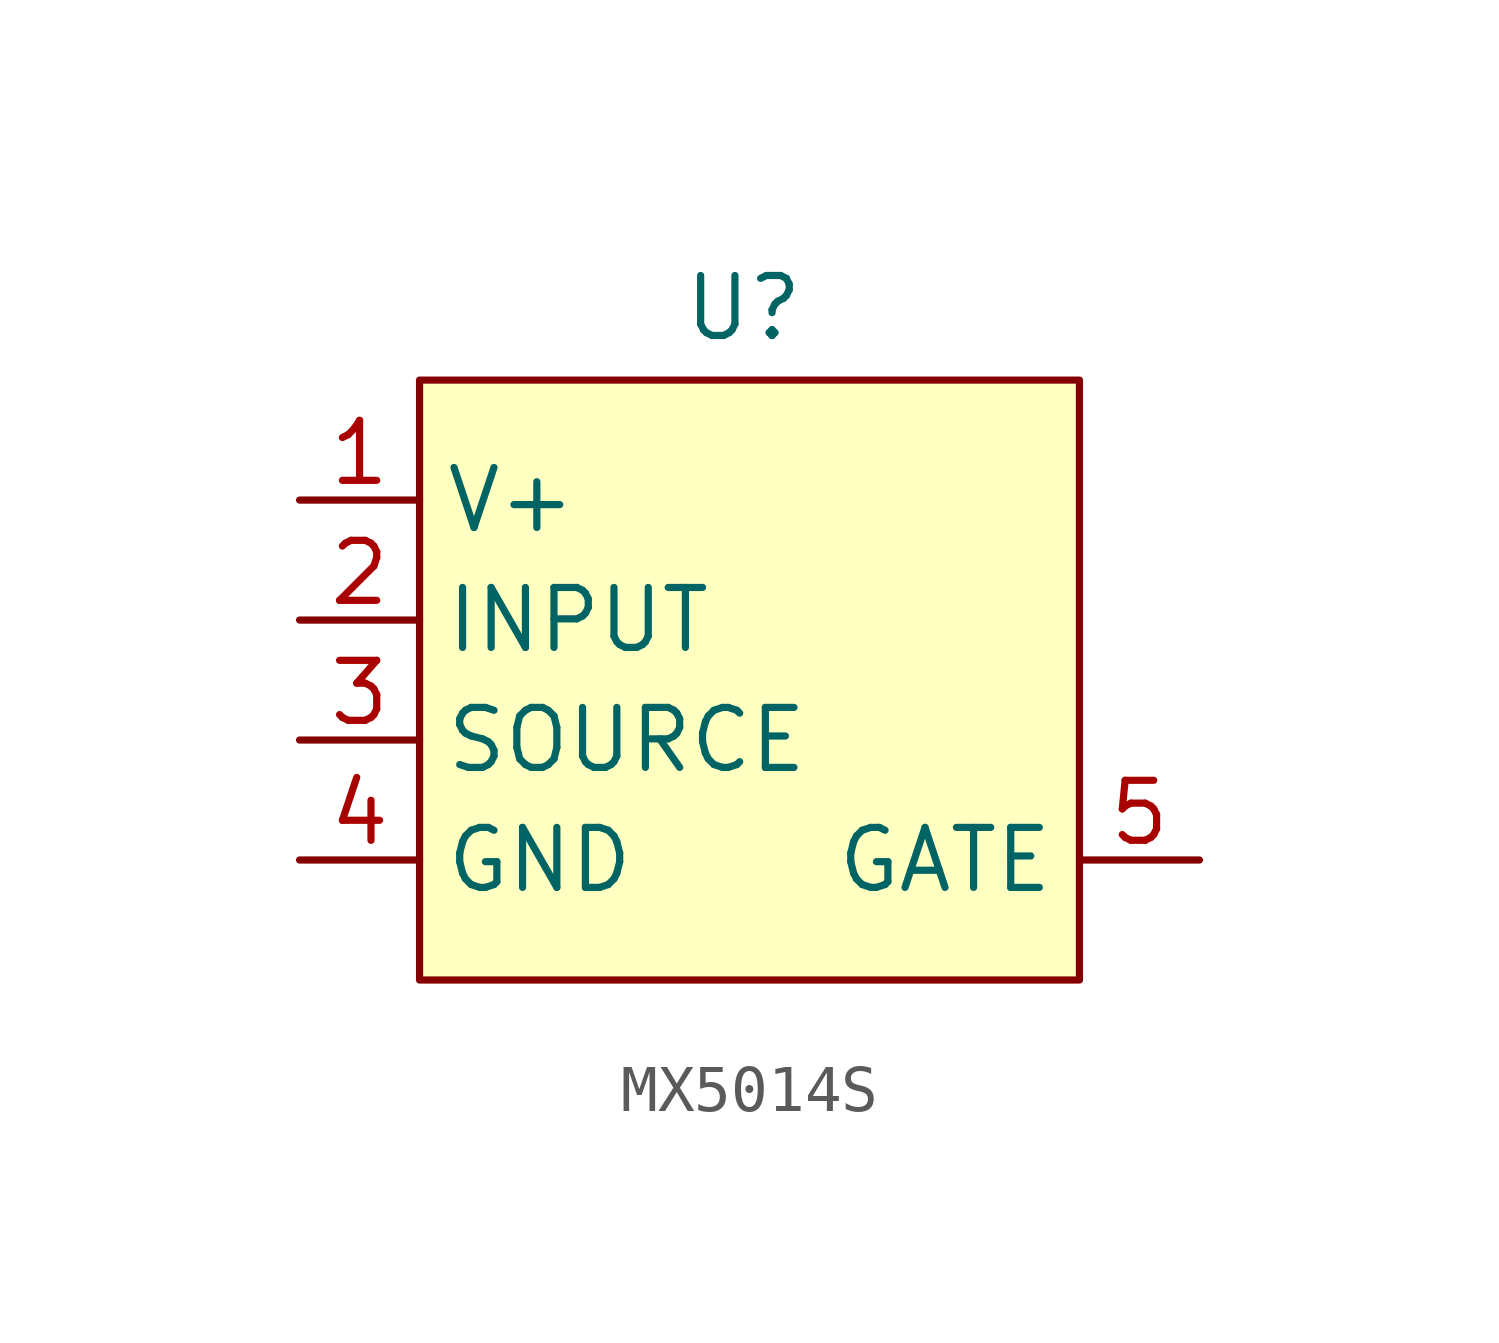
<source format=kicad_sym>
(kicad_symbol_lib
  (version 20231120)
  (generator "kicad_symbol_editor")
  (generator_version "8.0")
  (symbol "MX5014S"
    (property "Reference" "U"
      (at 6.858 0.254 0)
      (effects (font (size 1.27 1.27))))
    (property "Value" ""
      (at 0 0 0)
      (effects (font (size 1.27 1.27))))
    (symbol "MX5014S_0_1"
      (rectangle (start 0 -1.27) (end 13.97 -13.97) (stroke (width 0) (type default)) (fill (type background))))
    (symbol "MX5014S_1_1"
      (pin power_in line (at -2.54 -3.81 0) (length 2.54) (name "V+" (effects (font (size 1.27 1.27)))) (number "1" (effects (font (size 1.27 1.27)))))
      (pin input line (at -2.54 -6.35 0) (length 2.54) (name "INPUT" (effects (font (size 1.27 1.27)))) (number "2" (effects (font (size 1.27 1.27)))))
      (pin input line (at -2.54 -8.89 0) (length 2.54) (name "SOURCE" (effects (font (size 1.27 1.27)))) (number "3" (effects (font (size 1.27 1.27)))))
      (pin power_in line (at -2.54 -11.43 0) (length 2.54) (name "GND" (effects (font (size 1.27 1.27)))) (number "4" (effects (font (size 1.27 1.27)))))
      (pin power_out line (at 16.51 -11.43 180) (length 2.54) (name "GATE" (effects (font (size 1.27 1.27)))) (number "5" (effects (font (size 1.27 1.27))))))))
</source>
